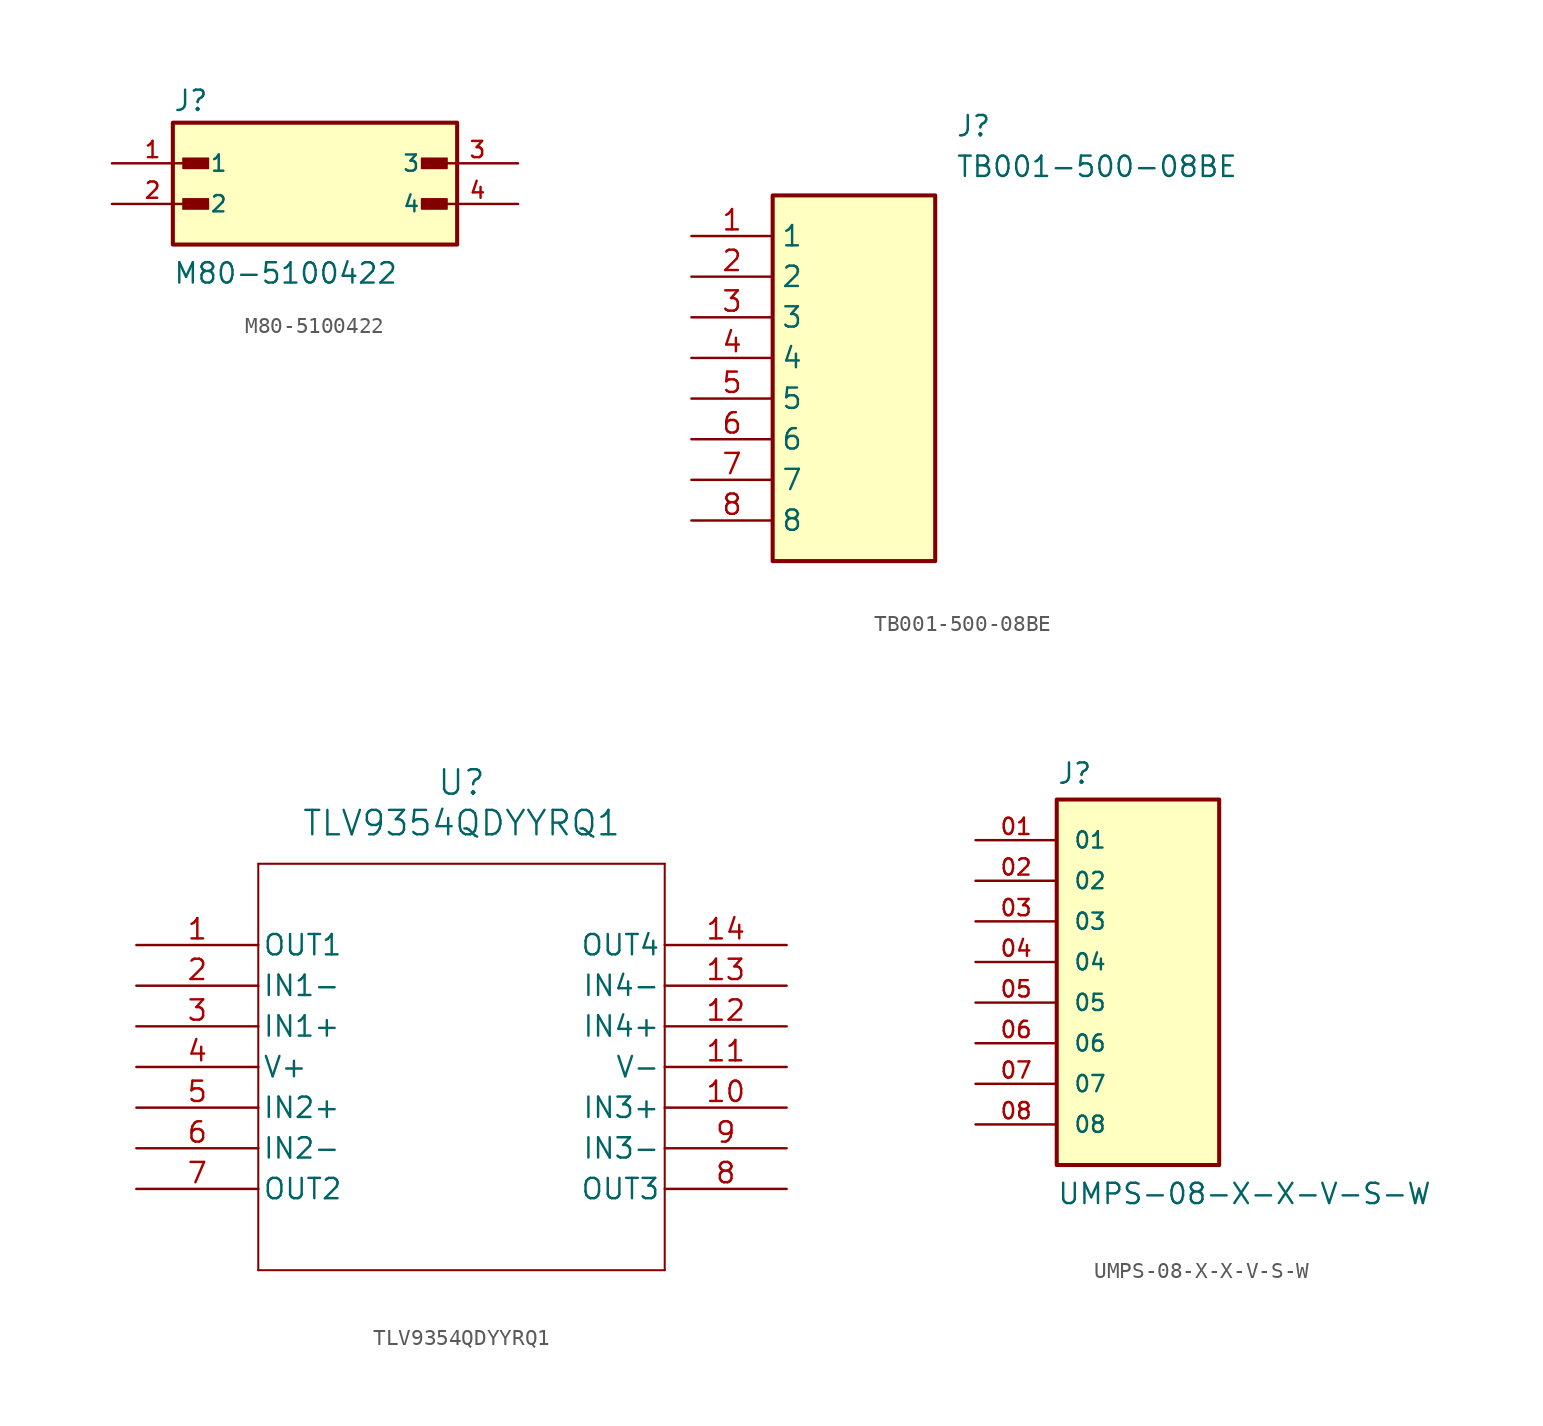
<source format=kicad_sym>
(kicad_symbol_lib
  (version 20211014)
  (generator kicad_symbol_editor)
  (symbol "M80-5100422"
    (pin_names
      (offset 1.016))
    (property "Reference" "J"
      (at -8.89 3.175 0)
      (effects (font (size 1.27 1.27)) (justify bottom left)))
    (property "Value" "M80-5100422"
      (at -8.89 -7.62 0)
      (effects (font (size 1.27 1.27)) (justify bottom left)))
    (symbol "M80-5100422_0_0"
      (rectangle (start -8.255 -0.318) (end -6.668 0.318) (stroke (width 0.1)) (fill (type outline)))
      (rectangle (start 6.668 -0.318) (end 8.255 0.318) (stroke (width 0.1)) (fill (type outline)))
      (rectangle (start 6.668 -2.857) (end 8.255 -2.223) (stroke (width 0.1)) (fill (type outline)))
      (rectangle (start -8.255 -2.857) (end -6.668 -2.223) (stroke (width 0.1)) (fill (type outline)))
      (rectangle (start -8.89 -5.08) (end 8.89 2.54) (stroke (width 0.254)) (fill (type background)))
      (pin passive line (at -12.7 0.0 0) (length 5.08) (name "1" (effects (font (size 1.016 1.016)))) (number "1" (effects (font (size 1.016 1.016)))))
      (pin passive line (at -12.7 -2.54 0) (length 5.08) (name "2" (effects (font (size 1.016 1.016)))) (number "2" (effects (font (size 1.016 1.016)))))
      (pin passive line (at 12.7 0.0 180.0) (length 5.08) (name "3" (effects (font (size 1.016 1.016)))) (number "3" (effects (font (size 1.016 1.016)))))
      (pin passive line (at 12.7 -2.54 180.0) (length 5.08) (name "4" (effects (font (size 1.016 1.016)))) (number "4" (effects (font (size 1.016 1.016)))))))
  (symbol "TB001-500-08BE"
    (property "Reference" "J"
      (at 16.51 7.62 0)
      (effects (font (size 1.27 1.27)) (justify left top)))
    (property "Value" "TB001-500-08BE"
      (at 16.51 5.08 0)
      (effects (font (size 1.27 1.27)) (justify left top)))
    (rectangle
      (start 5.08 2.54)
      (end 15.24 -20.32)
      (stroke (width 0.254) (type default))
      (fill (type background)))
    (pin passive line
      (at 0 0 0)
      (length 5.08)
      (name "1" (effects (font (size 1.27 1.27))))
      (number "1" (effects (font (size 1.27 1.27)))))
    (pin passive line
      (at 0 -2.54 0)
      (length 5.08)
      (name "2" (effects (font (size 1.27 1.27))))
      (number "2" (effects (font (size 1.27 1.27)))))
    (pin passive line
      (at 0 -5.08 0)
      (length 5.08)
      (name "3" (effects (font (size 1.27 1.27))))
      (number "3" (effects (font (size 1.27 1.27)))))
    (pin passive line
      (at 0 -7.62 0)
      (length 5.08)
      (name "4" (effects (font (size 1.27 1.27))))
      (number "4" (effects (font (size 1.27 1.27)))))
    (pin passive line
      (at 0 -10.16 0)
      (length 5.08)
      (name "5" (effects (font (size 1.27 1.27))))
      (number "5" (effects (font (size 1.27 1.27)))))
    (pin passive line
      (at 0 -12.7 0)
      (length 5.08)
      (name "6" (effects (font (size 1.27 1.27))))
      (number "6" (effects (font (size 1.27 1.27)))))
    (pin passive line
      (at 0 -15.24 0)
      (length 5.08)
      (name "7" (effects (font (size 1.27 1.27))))
      (number "7" (effects (font (size 1.27 1.27)))))
    (pin passive line
      (at 0 -17.78 0)
      (length 5.08)
      (name "8" (effects (font (size 1.27 1.27))))
      (number "8" (effects (font (size 1.27 1.27))))))
  (symbol "TLV9354QDYYRQ1"
    (pin_names
      (offset 0.254))
    (property "Reference" "U"
      (at 20.32 10.16 0)
      (effects (font (size 1.524 1.524))))
    (property "Value" "TLV9354QDYYRQ1"
      (at 20.32 7.62 0)
      (effects (font (size 1.524 1.524))))
    (symbol "TLV9354QDYYRQ1_0_1"
      (polyline (pts (xy 7.62 5.08) (xy 7.62 -20.32)) (stroke (width 0.127) (type default) (color 0 0 0 0)) (fill (type none)))
      (polyline (pts (xy 7.62 -20.32) (xy 33.02 -20.32)) (stroke (width 0.127) (type default) (color 0 0 0 0)) (fill (type none)))
      (polyline (pts (xy 33.02 -20.32) (xy 33.02 5.08)) (stroke (width 0.127) (type default) (color 0 0 0 0)) (fill (type none)))
      (polyline (pts (xy 33.02 5.08) (xy 7.62 5.08)) (stroke (width 0.127) (type default) (color 0 0 0 0)) (fill (type none)))
      (pin output line (at 0 0 0) (length 7.62) (name "OUT1" (effects (font (size 1.27 1.27)))) (number "1" (effects (font (size 1.27 1.27)))))
      (pin input line (at 0 -2.54 0) (length 7.62) (name "IN1-" (effects (font (size 1.27 1.27)))) (number "2" (effects (font (size 1.27 1.27)))))
      (pin input line (at 0 -5.08 0) (length 7.62) (name "IN1+" (effects (font (size 1.27 1.27)))) (number "3" (effects (font (size 1.27 1.27)))))
      (pin power_in line (at 0 -7.62 0) (length 7.62) (name "V+" (effects (font (size 1.27 1.27)))) (number "4" (effects (font (size 1.27 1.27)))))
      (pin input line (at 0 -10.16 0) (length 7.62) (name "IN2+" (effects (font (size 1.27 1.27)))) (number "5" (effects (font (size 1.27 1.27)))))
      (pin input line (at 0 -12.7 0) (length 7.62) (name "IN2-" (effects (font (size 1.27 1.27)))) (number "6" (effects (font (size 1.27 1.27)))))
      (pin output line (at 0 -15.24 0) (length 7.62) (name "OUT2" (effects (font (size 1.27 1.27)))) (number "7" (effects (font (size 1.27 1.27)))))
      (pin output line (at 40.64 -15.24 180) (length 7.62) (name "OUT3" (effects (font (size 1.27 1.27)))) (number "8" (effects (font (size 1.27 1.27)))))
      (pin input line (at 40.64 -12.7 180) (length 7.62) (name "IN3-" (effects (font (size 1.27 1.27)))) (number "9" (effects (font (size 1.27 1.27)))))
      (pin input line (at 40.64 -10.16 180) (length 7.62) (name "IN3+" (effects (font (size 1.27 1.27)))) (number "10" (effects (font (size 1.27 1.27)))))
      (pin power_in line (at 40.64 -7.62 180) (length 7.62) (name "V-" (effects (font (size 1.27 1.27)))) (number "11" (effects (font (size 1.27 1.27)))))
      (pin input line (at 40.64 -5.08 180) (length 7.62) (name "IN4+" (effects (font (size 1.27 1.27)))) (number "12" (effects (font (size 1.27 1.27)))))
      (pin input line (at 40.64 -2.54 180) (length 7.62) (name "IN4-" (effects (font (size 1.27 1.27)))) (number "13" (effects (font (size 1.27 1.27)))))
      (pin output line (at 40.64 0 180) (length 7.62) (name "OUT4" (effects (font (size 1.27 1.27)))) (number "14" (effects (font (size 1.27 1.27)))))))
  (symbol "UMPS-08-X-X-V-S-W"
    (pin_names
      (offset 1.016))
    (property "Reference" "J"
      (at -5.08 11.049 0)
      (effects (font (size 1.27 1.27)) (justify bottom left)))
    (property "Value" "UMPS-08-X-X-V-S-W"
      (at -5.08 -15.24 0)
      (effects (font (size 1.27 1.27)) (justify bottom left)))
    (symbol "UMPS-08-X-X-V-S-W_0_0"
      (rectangle (start -5.08 -12.7) (end 5.08 10.16) (stroke (width 0.254)) (fill (type background)))
      (pin passive line (at -10.16 7.62 0) (length 5.08) (name "01" (effects (font (size 1.016 1.016)))) (number "01" (effects (font (size 1.016 1.016)))))
      (pin passive line (at -10.16 5.08 0) (length 5.08) (name "02" (effects (font (size 1.016 1.016)))) (number "02" (effects (font (size 1.016 1.016)))))
      (pin passive line (at -10.16 2.54 0) (length 5.08) (name "03" (effects (font (size 1.016 1.016)))) (number "03" (effects (font (size 1.016 1.016)))))
      (pin passive line (at -10.16 0.0 0) (length 5.08) (name "04" (effects (font (size 1.016 1.016)))) (number "04" (effects (font (size 1.016 1.016)))))
      (pin passive line (at -10.16 -2.54 0) (length 5.08) (name "05" (effects (font (size 1.016 1.016)))) (number "05" (effects (font (size 1.016 1.016)))))
      (pin passive line (at -10.16 -5.08 0) (length 5.08) (name "06" (effects (font (size 1.016 1.016)))) (number "06" (effects (font (size 1.016 1.016)))))
      (pin passive line (at -10.16 -7.62 0) (length 5.08) (name "07" (effects (font (size 1.016 1.016)))) (number "07" (effects (font (size 1.016 1.016)))))
      (pin passive line (at -10.16 -10.16 0) (length 5.08) (name "08" (effects (font (size 1.016 1.016)))) (number "08" (effects (font (size 1.016 1.016))))))))
</source>
